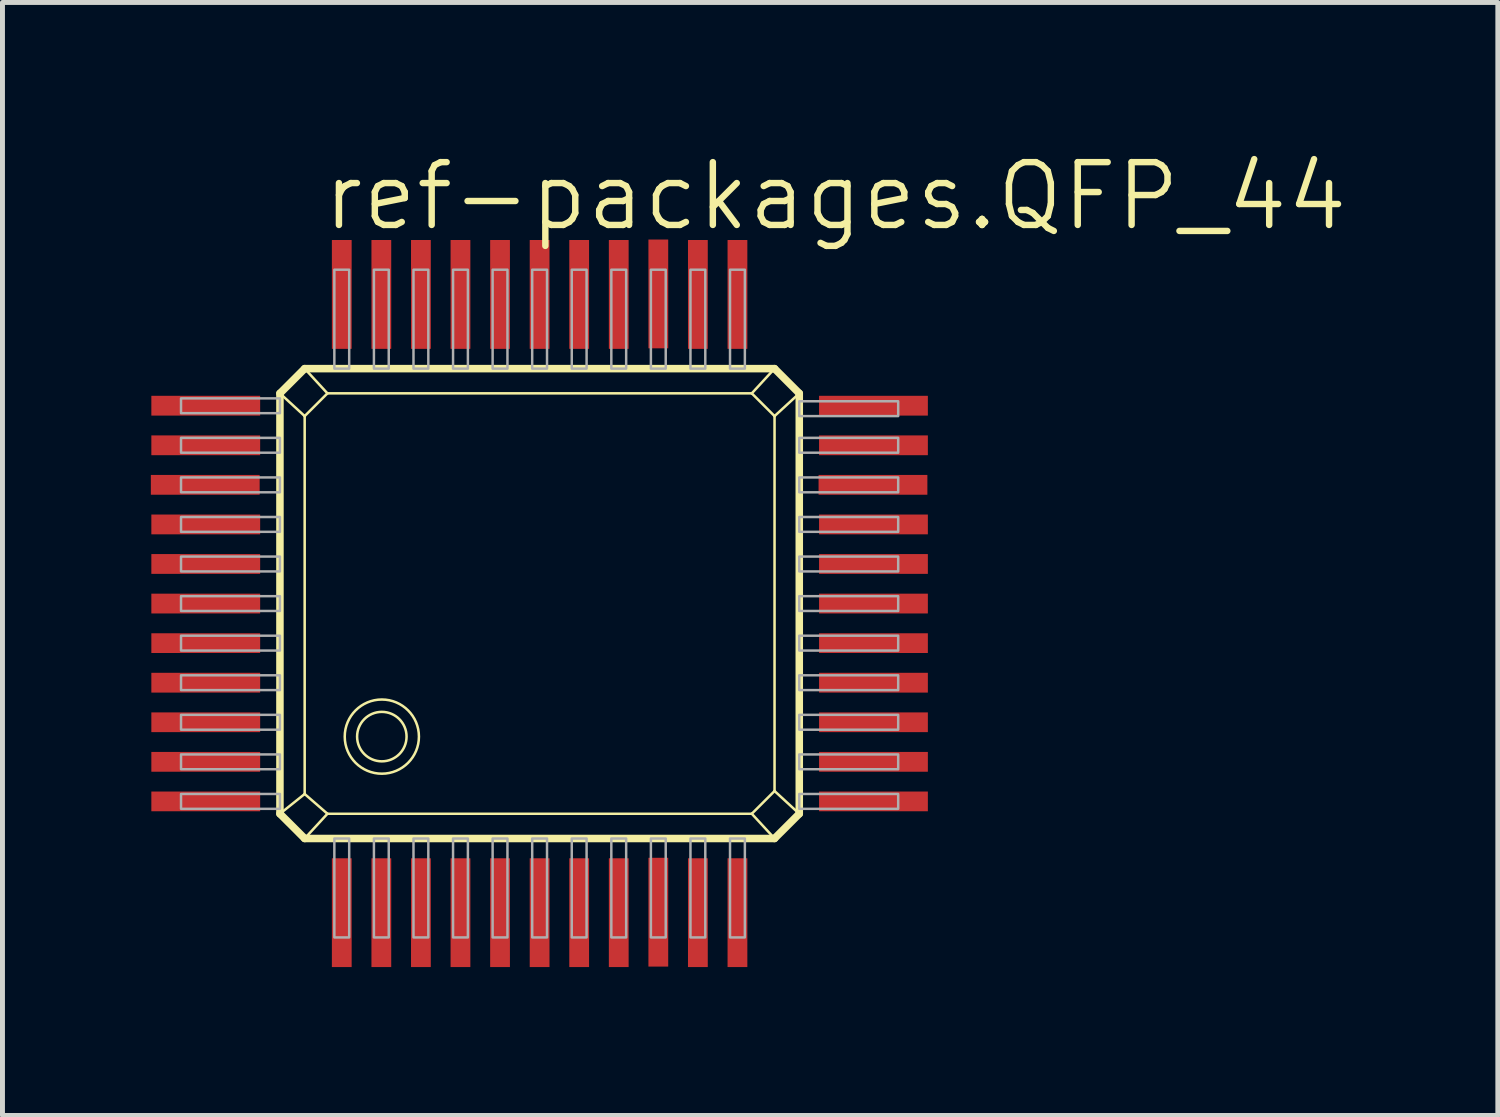
<source format=kicad_pcb>
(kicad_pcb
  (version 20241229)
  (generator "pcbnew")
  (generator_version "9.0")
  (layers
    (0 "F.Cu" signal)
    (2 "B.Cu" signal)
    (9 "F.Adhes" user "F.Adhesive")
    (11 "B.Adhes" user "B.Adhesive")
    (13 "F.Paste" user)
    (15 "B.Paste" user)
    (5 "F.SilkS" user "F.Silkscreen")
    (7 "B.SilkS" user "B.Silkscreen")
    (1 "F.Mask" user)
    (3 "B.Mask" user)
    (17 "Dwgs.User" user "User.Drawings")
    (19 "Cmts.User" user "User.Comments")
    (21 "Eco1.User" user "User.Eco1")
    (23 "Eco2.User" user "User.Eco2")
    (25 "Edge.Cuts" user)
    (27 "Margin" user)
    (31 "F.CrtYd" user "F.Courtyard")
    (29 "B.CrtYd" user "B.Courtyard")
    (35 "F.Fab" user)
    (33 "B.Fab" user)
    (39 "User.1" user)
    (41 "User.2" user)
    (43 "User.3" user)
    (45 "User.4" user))
  (footprint "ref-packages.QFP_44"
    (layer "F.Cu")
    (at 7.86 9.153)
    (property "Reference" "ref-packages.QFP_44" (at -4.445 -7.493 0) (layer "F.SilkS") (effects (font (size 1.27 1.27) (thickness 0.13)) (justify left bottom)))
    (attr smd)
    (fp_line (start -5.25 -4.25) (end -4.75 -4.75) (stroke (width 0.152) (type default)) (layer "F.SilkS"))
    (fp_line (start -5.25 -4.25) (end -4.75 -3.79) (stroke (width 0.051) (type default)) (layer "F.SilkS"))
    (fp_line (start -5.25 4.25) (end -5.25 -4.25) (stroke (width 0.152) (type default)) (layer "F.SilkS"))
    (fp_line (start -4.75 -4.75) (end -4.29 -4.25) (stroke (width 0.051) (type default)) (layer "F.SilkS"))
    (fp_line (start -4.75 -4.75) (end 4.75 -4.75) (stroke (width 0.152) (type default)) (layer "F.SilkS"))
    (fp_line (start -4.75 -3.79) (end -4.29 -4.25) (stroke (width 0.051) (type default)) (layer "F.SilkS"))
    (fp_line (start -4.75 3.85) (end -5.25 4.25) (stroke (width 0.051) (type default)) (layer "F.SilkS"))
    (fp_line (start -4.75 3.85) (end -4.75 -3.79) (stroke (width 0.051) (type default)) (layer "F.SilkS"))
    (fp_line (start -4.75 4.75) (end -5.25 4.25) (stroke (width 0.152) (type default)) (layer "F.SilkS"))
    (fp_line (start -4.75 4.75) (end -4.29 4.25) (stroke (width 0.051) (type default)) (layer "F.SilkS"))
    (fp_line (start -4.29 -4.25) (end 4.29 -4.25) (stroke (width 0.051) (type default)) (layer "F.SilkS"))
    (fp_line (start -4.29 4.25) (end -4.75 3.85) (stroke (width 0.051) (type default)) (layer "F.SilkS"))
    (fp_line (start 4.29 -4.25) (end 4.75 -3.79) (stroke (width 0.051) (type default)) (layer "F.SilkS"))
    (fp_line (start 4.29 4.25) (end -4.29 4.25) (stroke (width 0.051) (type default)) (layer "F.SilkS"))
    (fp_line (start 4.75 -4.75) (end 4.29 -4.25) (stroke (width 0.051) (type default)) (layer "F.SilkS"))
    (fp_line (start 4.75 -4.75) (end 5.25 -4.25) (stroke (width 0.152) (type default)) (layer "F.SilkS"))
    (fp_line (start 4.75 -3.79) (end 4.75 3.79) (stroke (width 0.051) (type default)) (layer "F.SilkS"))
    (fp_line (start 4.75 3.79) (end 4.29 4.25) (stroke (width 0.051) (type default)) (layer "F.SilkS"))
    (fp_line (start 4.75 4.75) (end -4.75 4.75) (stroke (width 0.152) (type default)) (layer "F.SilkS"))
    (fp_line (start 4.75 4.75) (end 4.29 4.25) (stroke (width 0.051) (type default)) (layer "F.SilkS"))
    (fp_line (start 5.25 -4.25) (end 4.75 -3.79) (stroke (width 0.051) (type default)) (layer "F.SilkS"))
    (fp_line (start 5.25 -4.25) (end 5.25 4.25) (stroke (width 0.152) (type default)) (layer "F.SilkS"))
    (fp_line (start 5.25 4.25) (end 4.75 3.79) (stroke (width 0.051) (type default)) (layer "F.SilkS"))
    (fp_line (start 5.25 4.25) (end 4.75 4.75) (stroke (width 0.152) (type default)) (layer "F.SilkS"))
    (fp_circle (center -3.19 2.69) (end -2.69 2.69) (stroke (width 0.051) (type default)) (fill no) (layer "F.SilkS"))
    (fp_circle (center -3.19 2.69) (end -2.44 2.69) (stroke (width 0.051) (type default)) (fill no) (layer "F.SilkS"))
    (fp_rect (start -7.25 -3.849) (end -5.25 -4.149) (stroke (width 0.05) (type default)) (fill no) (layer "F.Fab"))
    (fp_rect (start -7.25 -3.05) (end -5.25 -3.35) (stroke (width 0.05) (type default)) (fill no) (layer "F.Fab"))
    (fp_rect (start -7.25 -2.25) (end -5.25 -2.55) (stroke (width 0.05) (type default)) (fill no) (layer "F.Fab"))
    (fp_rect (start -7.25 -1.45) (end -5.25 -1.75) (stroke (width 0.05) (type default)) (fill no) (layer "F.Fab"))
    (fp_rect (start -7.25 -0.65) (end -5.25 -0.95) (stroke (width 0.05) (type default)) (fill no) (layer "F.Fab"))
    (fp_rect (start -7.25 0.15) (end -5.25 -0.15) (stroke (width 0.05) (type default)) (fill no) (layer "F.Fab"))
    (fp_rect (start -7.25 0.95) (end -5.25 0.65) (stroke (width 0.05) (type default)) (fill no) (layer "F.Fab"))
    (fp_rect (start -7.25 1.75) (end -5.25 1.45) (stroke (width 0.05) (type default)) (fill no) (layer "F.Fab"))
    (fp_rect (start -7.25 2.55) (end -5.25 2.25) (stroke (width 0.05) (type default)) (fill no) (layer "F.Fab"))
    (fp_rect (start -7.25 3.35) (end -5.25 3.05) (stroke (width 0.05) (type default)) (fill no) (layer "F.Fab"))
    (fp_rect (start -7.25 4.15) (end -5.25 3.85) (stroke (width 0.05) (type default)) (fill no) (layer "F.Fab"))
    (fp_rect (start -4.15 -4.75) (end -3.85 -6.75) (stroke (width 0.05) (type default)) (fill no) (layer "F.Fab"))
    (fp_rect (start -4.15 6.75) (end -3.85 4.75) (stroke (width 0.05) (type default)) (fill no) (layer "F.Fab"))
    (fp_rect (start -3.35 -4.75) (end -3.05 -6.75) (stroke (width 0.05) (type default)) (fill no) (layer "F.Fab"))
    (fp_rect (start -3.35 6.75) (end -3.05 4.75) (stroke (width 0.05) (type default)) (fill no) (layer "F.Fab"))
    (fp_rect (start -2.55 -4.75) (end -2.25 -6.75) (stroke (width 0.05) (type default)) (fill no) (layer "F.Fab"))
    (fp_rect (start -2.55 6.75) (end -2.25 4.75) (stroke (width 0.05) (type default)) (fill no) (layer "F.Fab"))
    (fp_rect (start -1.75 -4.75) (end -1.45 -6.75) (stroke (width 0.05) (type default)) (fill no) (layer "F.Fab"))
    (fp_rect (start -1.75 6.75) (end -1.45 4.75) (stroke (width 0.05) (type default)) (fill no) (layer "F.Fab"))
    (fp_rect (start -0.95 -4.75) (end -0.65 -6.75) (stroke (width 0.05) (type default)) (fill no) (layer "F.Fab"))
    (fp_rect (start -0.95 6.75) (end -0.65 4.75) (stroke (width 0.05) (type default)) (fill no) (layer "F.Fab"))
    (fp_rect (start -0.15 -4.75) (end 0.15 -6.75) (stroke (width 0.05) (type default)) (fill no) (layer "F.Fab"))
    (fp_rect (start -0.15 6.75) (end 0.15 4.75) (stroke (width 0.05) (type default)) (fill no) (layer "F.Fab"))
    (fp_rect (start 0.65 -4.75) (end 0.95 -6.75) (stroke (width 0.05) (type default)) (fill no) (layer "F.Fab"))
    (fp_rect (start 0.65 6.75) (end 0.95 4.75) (stroke (width 0.05) (type default)) (fill no) (layer "F.Fab"))
    (fp_rect (start 1.45 -4.75) (end 1.75 -6.75) (stroke (width 0.05) (type default)) (fill no) (layer "F.Fab"))
    (fp_rect (start 1.45 6.75) (end 1.75 4.75) (stroke (width 0.05) (type default)) (fill no) (layer "F.Fab"))
    (fp_rect (start 2.25 -4.75) (end 2.55 -6.75) (stroke (width 0.05) (type default)) (fill no) (layer "F.Fab"))
    (fp_rect (start 2.25 6.75) (end 2.55 4.75) (stroke (width 0.05) (type default)) (fill no) (layer "F.Fab"))
    (fp_rect (start 3.05 -4.75) (end 3.35 -6.75) (stroke (width 0.05) (type default)) (fill no) (layer "F.Fab"))
    (fp_rect (start 3.05 6.75) (end 3.35 4.75) (stroke (width 0.05) (type default)) (fill no) (layer "F.Fab"))
    (fp_rect (start 3.85 -4.75) (end 4.15 -6.75) (stroke (width 0.05) (type default)) (fill no) (layer "F.Fab"))
    (fp_rect (start 3.85 6.75) (end 4.15 4.75) (stroke (width 0.05) (type default)) (fill no) (layer "F.Fab"))
    (fp_rect (start 5.25 -3.79) (end 7.25 -4.09) (stroke (width 0.05) (type default)) (fill no) (layer "F.Fab"))
    (fp_rect (start 5.25 -3.05) (end 7.25 -3.35) (stroke (width 0.05) (type default)) (fill no) (layer "F.Fab"))
    (fp_rect (start 5.25 -2.25) (end 7.25 -2.55) (stroke (width 0.05) (type default)) (fill no) (layer "F.Fab"))
    (fp_rect (start 5.25 -1.45) (end 7.25 -1.75) (stroke (width 0.05) (type default)) (fill no) (layer "F.Fab"))
    (fp_rect (start 5.25 -0.65) (end 7.25 -0.95) (stroke (width 0.05) (type default)) (fill no) (layer "F.Fab"))
    (fp_rect (start 5.25 0.15) (end 7.25 -0.15) (stroke (width 0.05) (type default)) (fill no) (layer "F.Fab"))
    (fp_rect (start 5.25 0.95) (end 7.25 0.65) (stroke (width 0.05) (type default)) (fill no) (layer "F.Fab"))
    (fp_rect (start 5.25 1.75) (end 7.25 1.45) (stroke (width 0.05) (type default)) (fill no) (layer "F.Fab"))
    (fp_rect (start 5.25 2.55) (end 7.25 2.25) (stroke (width 0.05) (type default)) (fill no) (layer "F.Fab"))
    (fp_rect (start 5.25 3.35) (end 7.25 3.05) (stroke (width 0.05) (type default)) (fill no) (layer "F.Fab"))
    (fp_rect (start 5.25 4.15) (end 7.25 3.85) (stroke (width 0.05) (type default)) (fill no) (layer "F.Fab"))
    (pad "1" smd roundrect (at -4 6.25) (size 0.4 2.2) (layers "F.Cu" "F.Mask" "F.Paste") (roundrect_rratio 0.01))
    (pad "2" smd roundrect (at -3.2 6.25) (size 0.4 2.2) (layers "F.Cu" "F.Mask" "F.Paste") (roundrect_rratio 0.01))
    (pad "3" smd roundrect (at -2.4 6.25) (size 0.4 2.2) (layers "F.Cu" "F.Mask" "F.Paste") (roundrect_rratio 0.01))
    (pad "4" smd roundrect (at -1.6 6.25) (size 0.4 2.2) (layers "F.Cu" "F.Mask" "F.Paste") (roundrect_rratio 0.01))
    (pad "5" smd roundrect (at -0.8 6.25) (size 0.4 2.2) (layers "F.Cu" "F.Mask" "F.Paste") (roundrect_rratio 0.01))
    (pad "6" smd roundrect (at 0 6.25) (size 0.4 2.2) (layers "F.Cu" "F.Mask" "F.Paste") (roundrect_rratio 0.01))
    (pad "7" smd roundrect (at 0.8 6.25) (size 0.4 2.2) (layers "F.Cu" "F.Mask" "F.Paste") (roundrect_rratio 0.01))
    (pad "8" smd roundrect (at 1.6 6.25) (size 0.4 2.2) (layers "F.Cu" "F.Mask" "F.Paste") (roundrect_rratio 0.01))
    (pad "9" smd roundrect (at 2.4 6.24) (size 0.4 2.2) (layers "F.Cu" "F.Mask" "F.Paste") (roundrect_rratio 0.01))
    (pad "10" smd roundrect (at 3.2 6.25) (size 0.4 2.2) (layers "F.Cu" "F.Mask" "F.Paste") (roundrect_rratio 0.01))
    (pad "11" smd roundrect (at 4 6.25) (size 0.4 2.2) (layers "F.Cu" "F.Mask" "F.Paste") (roundrect_rratio 0.01))
    (pad "12" smd roundrect (at 6.75 4) (size 2.2 0.4) (layers "F.Cu" "F.Mask" "F.Paste") (roundrect_rratio 0.01))
    (pad "13" smd roundrect (at 6.75 3.2) (size 2.2 0.4) (layers "F.Cu" "F.Mask" "F.Paste") (roundrect_rratio 0.01))
    (pad "14" smd roundrect (at 6.75 2.4) (size 2.2 0.4) (layers "F.Cu" "F.Mask" "F.Paste") (roundrect_rratio 0.01))
    (pad "15" smd roundrect (at 6.75 1.6) (size 2.2 0.4) (layers "F.Cu" "F.Mask" "F.Paste") (roundrect_rratio 0.01))
    (pad "16" smd roundrect (at 6.75 0.8) (size 2.2 0.4) (layers "F.Cu" "F.Mask" "F.Paste") (roundrect_rratio 0.01))
    (pad "17" smd roundrect (at 6.75 0) (size 2.2 0.4) (layers "F.Cu" "F.Mask" "F.Paste") (roundrect_rratio 0.01))
    (pad "18" smd roundrect (at 6.75 -0.8) (size 2.2 0.4) (layers "F.Cu" "F.Mask" "F.Paste") (roundrect_rratio 0.01))
    (pad "19" smd roundrect (at 6.75 -1.6) (size 2.2 0.4) (layers "F.Cu" "F.Mask" "F.Paste") (roundrect_rratio 0.01))
    (pad "20" smd roundrect (at 6.74 -2.4) (size 2.2 0.4) (layers "F.Cu" "F.Mask" "F.Paste") (roundrect_rratio 0.01))
    (pad "21" smd roundrect (at 6.75 -3.2) (size 2.2 0.4) (layers "F.Cu" "F.Mask" "F.Paste") (roundrect_rratio 0.01))
    (pad "22" smd roundrect (at 6.75 -4) (size 2.2 0.4) (layers "F.Cu" "F.Mask" "F.Paste") (roundrect_rratio 0.01))
    (pad "23" smd roundrect (at 4 -6.25) (size 0.4 2.2) (layers "F.Cu" "F.Mask" "F.Paste") (roundrect_rratio 0.01))
    (pad "24" smd roundrect (at 3.2 -6.25) (size 0.4 2.2) (layers "F.Cu" "F.Mask" "F.Paste") (roundrect_rratio 0.01))
    (pad "25" smd roundrect (at 2.4 -6.26) (size 0.4 2.2) (layers "F.Cu" "F.Mask" "F.Paste") (roundrect_rratio 0.01))
    (pad "26" smd roundrect (at 1.6 -6.25) (size 0.4 2.2) (layers "F.Cu" "F.Mask" "F.Paste") (roundrect_rratio 0.01))
    (pad "27" smd roundrect (at 0.8 -6.25) (size 0.4 2.2) (layers "F.Cu" "F.Mask" "F.Paste") (roundrect_rratio 0.01))
    (pad "28" smd roundrect (at 0 -6.25) (size 0.4 2.2) (layers "F.Cu" "F.Mask" "F.Paste") (roundrect_rratio 0.01))
    (pad "29" smd roundrect (at -0.8 -6.25) (size 0.4 2.2) (layers "F.Cu" "F.Mask" "F.Paste") (roundrect_rratio 0.01))
    (pad "30" smd roundrect (at -1.6 -6.25) (size 0.4 2.2) (layers "F.Cu" "F.Mask" "F.Paste") (roundrect_rratio 0.01))
    (pad "31" smd roundrect (at -2.4 -6.25) (size 0.4 2.2) (layers "F.Cu" "F.Mask" "F.Paste") (roundrect_rratio 0.01))
    (pad "32" smd roundrect (at -3.2 -6.25) (size 0.4 2.2) (layers "F.Cu" "F.Mask" "F.Paste") (roundrect_rratio 0.01))
    (pad "33" smd roundrect (at -4 -6.25) (size 0.4 2.2) (layers "F.Cu" "F.Mask" "F.Paste") (roundrect_rratio 0.01))
    (pad "34" smd roundrect (at -6.75 -4) (size 2.2 0.4) (layers "F.Cu" "F.Mask" "F.Paste") (roundrect_rratio 0.01))
    (pad "35" smd roundrect (at -6.75 -3.2) (size 2.2 0.4) (layers "F.Cu" "F.Mask" "F.Paste") (roundrect_rratio 0.01))
    (pad "36" smd roundrect (at -6.76 -2.4) (size 2.2 0.4) (layers "F.Cu" "F.Mask" "F.Paste") (roundrect_rratio 0.01))
    (pad "37" smd roundrect (at -6.75 -1.6) (size 2.2 0.4) (layers "F.Cu" "F.Mask" "F.Paste") (roundrect_rratio 0.01))
    (pad "38" smd roundrect (at -6.75 -0.8) (size 2.2 0.4) (layers "F.Cu" "F.Mask" "F.Paste") (roundrect_rratio 0.01))
    (pad "39" smd roundrect (at -6.75 0) (size 2.2 0.4) (layers "F.Cu" "F.Mask" "F.Paste") (roundrect_rratio 0.01))
    (pad "40" smd roundrect (at -6.75 0.8) (size 2.2 0.4) (layers "F.Cu" "F.Mask" "F.Paste") (roundrect_rratio 0.01))
    (pad "41" smd roundrect (at -6.75 1.6) (size 2.2 0.4) (layers "F.Cu" "F.Mask" "F.Paste") (roundrect_rratio 0.01))
    (pad "42" smd roundrect (at -6.75 2.4) (size 2.2 0.4) (layers "F.Cu" "F.Mask" "F.Paste") (roundrect_rratio 0.01))
    (pad "43" smd roundrect (at -6.75 3.2) (size 2.2 0.4) (layers "F.Cu" "F.Mask" "F.Paste") (roundrect_rratio 0.01))
    (pad "44" smd roundrect (at -6.75 4) (size 2.2 0.4) (layers "F.Cu" "F.Mask" "F.Paste") (roundrect_rratio 0.01)))
  (gr_rect
    (start -3 -3)
    (end 27.234 19.503)
    (stroke (width 0.1) (type default))
    (fill no)
    (layer "Edge.Cuts")))
</source>
